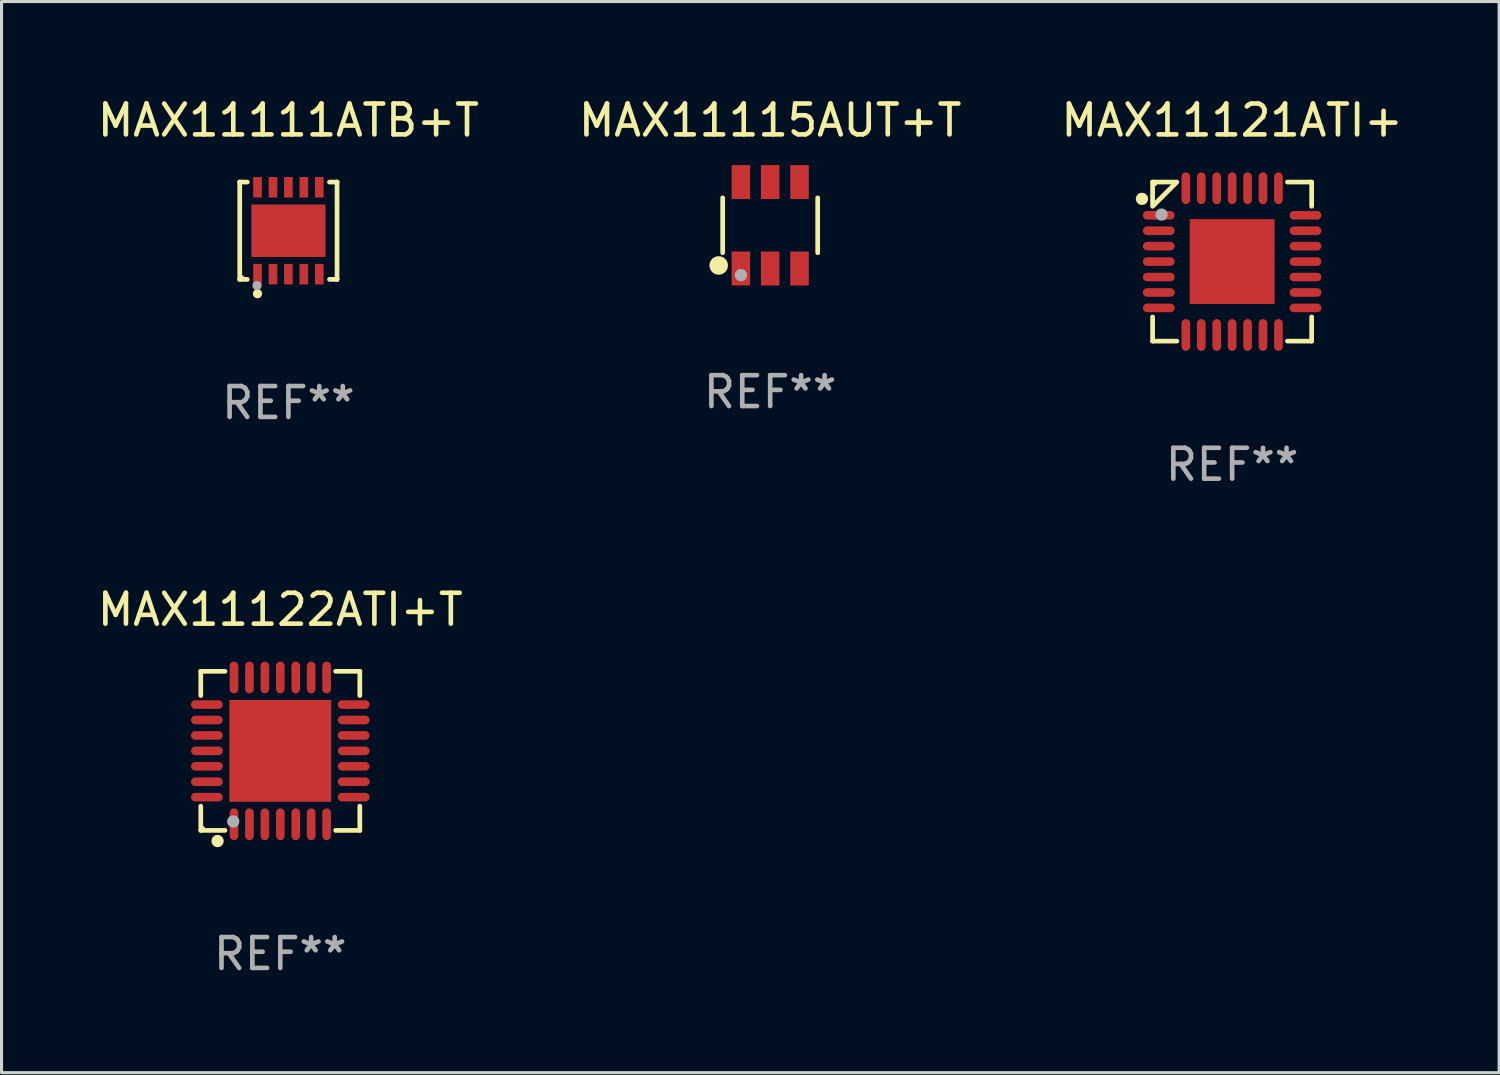
<source format=kicad_pcb>
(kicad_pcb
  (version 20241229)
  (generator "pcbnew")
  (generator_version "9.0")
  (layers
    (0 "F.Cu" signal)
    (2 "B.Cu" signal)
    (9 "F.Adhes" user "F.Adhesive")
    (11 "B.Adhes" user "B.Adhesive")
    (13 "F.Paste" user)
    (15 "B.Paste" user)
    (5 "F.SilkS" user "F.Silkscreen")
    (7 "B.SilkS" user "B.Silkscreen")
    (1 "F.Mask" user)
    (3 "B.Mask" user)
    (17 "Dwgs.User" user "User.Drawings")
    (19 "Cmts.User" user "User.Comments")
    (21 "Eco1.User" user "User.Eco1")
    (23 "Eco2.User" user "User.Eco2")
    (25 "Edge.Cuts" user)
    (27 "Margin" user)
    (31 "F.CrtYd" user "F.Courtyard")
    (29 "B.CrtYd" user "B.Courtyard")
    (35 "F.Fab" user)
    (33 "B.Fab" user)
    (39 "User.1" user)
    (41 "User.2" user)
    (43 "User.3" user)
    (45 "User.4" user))
  (footprint "MAX11121ATI+"
    (layer "F.Cu")
    (at 36.863 5.424)
    (property "Reference" "MAX11121ATI+" (at 0 -4.576 0) (layer "F.SilkS") (effects (font (size 1 1) (thickness 0.15))))
    (attr through_hole)
    (fp_line (start -2.576 -2.576) (end -1.792 -2.576) (stroke (width 0.152) (type solid)) (layer "F.SilkS"))
    (fp_line (start -2.576 -1.792) (end -2.576 -2.576) (stroke (width 0.152) (type solid)) (layer "F.SilkS"))
    (fp_line (start -2.576 1.792) (end -2.576 2.576) (stroke (width 0.152) (type solid)) (layer "F.SilkS"))
    (fp_line (start -2.576 2.576) (end -1.792 2.576) (stroke (width 0.152) (type solid)) (layer "F.SilkS"))
    (fp_line (start -1.819 -2.549) (end -2.549 -1.819) (stroke (width 0.152) (type solid)) (layer "F.SilkS"))
    (fp_line (start 2.576 -2.576) (end 1.792 -2.576) (stroke (width 0.152) (type solid)) (layer "F.SilkS"))
    (fp_line (start 2.576 -1.792) (end 2.576 -2.576) (stroke (width 0.152) (type solid)) (layer "F.SilkS"))
    (fp_line (start 2.576 1.792) (end 2.576 2.576) (stroke (width 0.152) (type solid)) (layer "F.SilkS"))
    (fp_line (start 2.576 2.576) (end 1.792 2.576) (stroke (width 0.152) (type solid)) (layer "F.SilkS"))
    (fp_circle (center -2.921 -2.032) (end -2.821 -2.032) (stroke (width 0.2) (type solid)) (fill no) (layer "F.SilkS"))
    (fp_circle (center -2.5 -2.5) (end -2.47 -2.5) (stroke (width 0.06) (type solid)) (fill no) (layer "F.SilkS"))
    (fp_circle (center -2.286 -1.524) (end -2.186 -1.524) (stroke (width 0.2) (type solid)) (fill no) (layer "F.Fab"))
    (fp_text user "REF**" (at 0 6.576 0) (layer "F.Fab") (effects (font (size 1 1) (thickness 0.15))))
    (pad "1" smd oval (at -2.377 -1.5) (size 1.03 0.28) (layers "F.Cu" "F.Mask" "F.Paste"))
    (pad "2" smd oval (at -2.377 -1) (size 1.03 0.28) (layers "F.Cu" "F.Mask" "F.Paste"))
    (pad "3" smd oval (at -2.377 -0.5) (size 1.03 0.28) (layers "F.Cu" "F.Mask" "F.Paste"))
    (pad "4" smd oval (at -2.377 0) (size 1.03 0.28) (layers "F.Cu" "F.Mask" "F.Paste"))
    (pad "5" smd oval (at -2.377 0.5) (size 1.03 0.28) (layers "F.Cu" "F.Mask" "F.Paste"))
    (pad "6" smd oval (at -2.377 1) (size 1.03 0.28) (layers "F.Cu" "F.Mask" "F.Paste"))
    (pad "7" smd oval (at -2.377 1.5) (size 1.03 0.28) (layers "F.Cu" "F.Mask" "F.Paste"))
    (pad "8" smd oval (at -1.5 2.377) (size 0.28 1.03) (layers "F.Cu" "F.Mask" "F.Paste"))
    (pad "9" smd oval (at -1 2.377) (size 0.28 1.03) (layers "F.Cu" "F.Mask" "F.Paste"))
    (pad "10" smd oval (at -0.5 2.377) (size 0.28 1.03) (layers "F.Cu" "F.Mask" "F.Paste"))
    (pad "11" smd oval (at 0 2.377) (size 0.28 1.03) (layers "F.Cu" "F.Mask" "F.Paste"))
    (pad "12" smd oval (at 0.5 2.377) (size 0.28 1.03) (layers "F.Cu" "F.Mask" "F.Paste"))
    (pad "13" smd oval (at 1 2.377) (size 0.28 1.03) (layers "F.Cu" "F.Mask" "F.Paste"))
    (pad "14" smd oval (at 1.5 2.377) (size 0.28 1.03) (layers "F.Cu" "F.Mask" "F.Paste"))
    (pad "15" smd oval (at 2.377 1.5) (size 1.03 0.28) (layers "F.Cu" "F.Mask" "F.Paste"))
    (pad "16" smd oval (at 2.377 1) (size 1.03 0.28) (layers "F.Cu" "F.Mask" "F.Paste"))
    (pad "17" smd oval (at 2.377 0.5) (size 1.03 0.28) (layers "F.Cu" "F.Mask" "F.Paste"))
    (pad "18" smd oval (at 2.377 0) (size 1.03 0.28) (layers "F.Cu" "F.Mask" "F.Paste"))
    (pad "19" smd oval (at 2.377 -0.5) (size 1.03 0.28) (layers "F.Cu" "F.Mask" "F.Paste"))
    (pad "20" smd oval (at 2.377 -1) (size 1.03 0.28) (layers "F.Cu" "F.Mask" "F.Paste"))
    (pad "21" smd oval (at 2.377 -1.5) (size 1.03 0.28) (layers "F.Cu" "F.Mask" "F.Paste"))
    (pad "22" smd oval (at 1.5 -2.377) (size 0.28 1.03) (layers "F.Cu" "F.Mask" "F.Paste"))
    (pad "23" smd oval (at 1 -2.377) (size 0.28 1.03) (layers "F.Cu" "F.Mask" "F.Paste"))
    (pad "24" smd oval (at 0.5 -2.377) (size 0.28 1.03) (layers "F.Cu" "F.Mask" "F.Paste"))
    (pad "25" smd oval (at 0 -2.377) (size 0.28 1.03) (layers "F.Cu" "F.Mask" "F.Paste"))
    (pad "26" smd oval (at -0.5 -2.377) (size 0.28 1.03) (layers "F.Cu" "F.Mask" "F.Paste"))
    (pad "27" smd oval (at -1 -2.377) (size 0.28 1.03) (layers "F.Cu" "F.Mask" "F.Paste"))
    (pad "28" smd oval (at -1.5 -2.377) (size 0.28 1.03) (layers "F.Cu" "F.Mask" "F.Paste"))
    (pad "29" smd rect (at 0 0) (size 2.75 2.75) (layers "F.Cu" "F.Mask" "F.Paste")))
  (footprint "MAX11115AUT+T"
    (layer "F.Cu")
    (at 21.899 4.248)
    (property "Reference" "MAX11115AUT+T" (at 0 -3.4 0) (layer "F.SilkS") (effects (font (size 1 1) (thickness 0.15))))
    (attr through_hole)
    (fp_line (start -1.539 0.889) (end -1.539 -0.889) (stroke (width 0.152) (type solid)) (layer "F.SilkS"))
    (fp_line (start 1.539 0.889) (end 1.539 -0.889) (stroke (width 0.152) (type solid)) (layer "F.SilkS"))
    (fp_circle (center -1.668 1.301) (end -1.518 1.301) (stroke (width 0.3) (type solid)) (fill no) (layer "F.SilkS"))
    (fp_circle (center -1.467 1.351) (end -1.437 1.351) (stroke (width 0.06) (type solid)) (fill no) (layer "F.SilkS"))
    (fp_circle (center -0.948 1.614) (end -0.848 1.614) (stroke (width 0.2) (type solid)) (fill no) (layer "F.Fab"))
    (fp_text user "REF**" (at 0 5.4 0) (layer "F.Fab") (effects (font (size 1 1) (thickness 0.15))))
    (pad "1" smd rect (at -0.95 1.4) (size 0.6 1.1) (layers "F.Cu" "F.Mask" "F.Paste"))
    (pad "2" smd rect (at 0 1.4) (size 0.6 1.1) (layers "F.Cu" "F.Mask" "F.Paste"))
    (pad "3" smd rect (at 0.95 1.4) (size 0.6 1.1) (layers "F.Cu" "F.Mask" "F.Paste"))
    (pad "4" smd rect (at 0.95 -1.4) (size 0.6 1.1) (layers "F.Cu" "F.Mask" "F.Paste"))
    (pad "5" smd rect (at 0 -1.4) (size 0.6 1.1) (layers "F.Cu" "F.Mask" "F.Paste"))
    (pad "6" smd rect (at -0.95 -1.4) (size 0.6 1.1) (layers "F.Cu" "F.Mask" "F.Paste")))
  (footprint "MAX11111ATB+T"
    (layer "F.Cu")
    (at 6.292 4.424)
    (property "Reference" "MAX11111ATB+T" (at 0 -3.576 0) (layer "F.SilkS") (effects (font (size 1 1) (thickness 0.15))))
    (attr through_hole)
    (fp_line (start -1.576 -1.576) (end -1.576 -1.576) (stroke (width 0.152) (type solid)) (layer "F.SilkS"))
    (fp_line (start -1.576 -1.576) (end -1.331 -1.576) (stroke (width 0.152) (type solid)) (layer "F.SilkS"))
    (fp_line (start -1.576 1.576) (end -1.576 -1.576) (stroke (width 0.152) (type solid)) (layer "F.SilkS"))
    (fp_line (start -1.576 1.576) (end -1.576 1.576) (stroke (width 0.152) (type solid)) (layer "F.SilkS"))
    (fp_line (start -1.331 1.576) (end -1.576 1.576) (stroke (width 0.152) (type solid)) (layer "F.SilkS"))
    (fp_line (start 1.331 1.576) (end 1.576 1.576) (stroke (width 0.152) (type solid)) (layer "F.SilkS"))
    (fp_line (start 1.576 -1.576) (end 1.331 -1.576) (stroke (width 0.152) (type solid)) (layer "F.SilkS"))
    (fp_line (start 1.576 -1.576) (end 1.576 -1.576) (stroke (width 0.152) (type solid)) (layer "F.SilkS"))
    (fp_line (start 1.576 1.576) (end 1.576 -1.576) (stroke (width 0.152) (type solid)) (layer "F.SilkS"))
    (fp_line (start 1.576 1.576) (end 1.576 1.576) (stroke (width 0.152) (type solid)) (layer "F.SilkS"))
    (fp_circle (center -1.5 1.5) (end -1.47 1.5) (stroke (width 0.06) (type solid)) (fill no) (layer "F.SilkS"))
    (fp_circle (center -1 2.04) (end -0.925 2.04) (stroke (width 0.15) (type solid)) (fill no) (layer "F.SilkS"))
    (fp_circle (center -1.016 1.778) (end -0.941 1.778) (stroke (width 0.15) (type solid)) (fill no) (layer "F.Fab"))
    (fp_text user "REF**" (at 0 5.576 0) (layer "F.Fab") (effects (font (size 1 1) (thickness 0.15))))
    (pad "1" smd rect (at -1 1.407) (size 0.28 0.665) (layers "F.Cu" "F.Mask" "F.Paste"))
    (pad "2" smd rect (at -0.5 1.407) (size 0.28 0.665) (layers "F.Cu" "F.Mask" "F.Paste"))
    (pad "3" smd rect (at 0 1.407) (size 0.28 0.665) (layers "F.Cu" "F.Mask" "F.Paste"))
    (pad "4" smd rect (at 0.5 1.407) (size 0.28 0.665) (layers "F.Cu" "F.Mask" "F.Paste"))
    (pad "5" smd rect (at 1 1.407) (size 0.28 0.665) (layers "F.Cu" "F.Mask" "F.Paste"))
    (pad "6" smd rect (at 1 -1.407) (size 0.28 0.665) (layers "F.Cu" "F.Mask" "F.Paste"))
    (pad "7" smd rect (at 0.5 -1.407) (size 0.28 0.665) (layers "F.Cu" "F.Mask" "F.Paste"))
    (pad "8" smd rect (at 0 -1.407) (size 0.28 0.665) (layers "F.Cu" "F.Mask" "F.Paste"))
    (pad "9" smd rect (at -0.5 -1.407) (size 0.28 0.665) (layers "F.Cu" "F.Mask" "F.Paste"))
    (pad "10" smd rect (at -1 -1.407) (size 0.28 0.665) (layers "F.Cu" "F.Mask" "F.Paste"))
    (pad "11" smd rect (at 0 0) (size 2.4 1.7) (layers "F.Cu" "F.Mask" "F.Paste")))
  (footprint "MAX11122ATI+T"
    (layer "F.Cu")
    (at 6.03 21.273)
    (property "Reference" "MAX11122ATI+T" (at 0 -4.576 0) (layer "F.SilkS") (effects (font (size 1 1) (thickness 0.15))))
    (attr through_hole)
    (fp_line (start -2.576 -2.576) (end -2.576 -1.792) (stroke (width 0.152) (type solid)) (layer "F.SilkS"))
    (fp_line (start -2.576 1.792) (end -2.576 2.576) (stroke (width 0.152) (type solid)) (layer "F.SilkS"))
    (fp_line (start -2.576 2.576) (end -1.792 2.576) (stroke (width 0.152) (type solid)) (layer "F.SilkS"))
    (fp_line (start -1.792 -2.576) (end -2.576 -2.576) (stroke (width 0.152) (type solid)) (layer "F.SilkS"))
    (fp_line (start 1.792 -2.576) (end 2.576 -2.576) (stroke (width 0.152) (type solid)) (layer "F.SilkS"))
    (fp_line (start 1.792 2.576) (end 2.576 2.576) (stroke (width 0.152) (type solid)) (layer "F.SilkS"))
    (fp_line (start 2.576 -2.576) (end 2.576 -1.792) (stroke (width 0.152) (type solid)) (layer "F.SilkS"))
    (fp_line (start 2.576 2.576) (end 2.576 1.792) (stroke (width 0.152) (type solid)) (layer "F.SilkS"))
    (fp_circle (center -2.5 2.5) (end -2.47 2.5) (stroke (width 0.06) (type solid)) (fill no) (layer "F.SilkS"))
    (fp_circle (center -2.032 2.921) (end -1.932 2.921) (stroke (width 0.2) (type solid)) (fill no) (layer "F.SilkS"))
    (fp_circle (center -1.524 2.286) (end -1.424 2.286) (stroke (width 0.2) (type solid)) (fill no) (layer "F.Fab"))
    (fp_text user "REF**" (at 0 6.576 0) (layer "F.Fab") (effects (font (size 1 1) (thickness 0.15))))
    (pad "1" smd oval (at -1.5 2.377 90) (size 1.03 0.28) (layers "F.Cu" "F.Mask" "F.Paste"))
    (pad "2" smd oval (at -1 2.377 90) (size 1.03 0.28) (layers "F.Cu" "F.Mask" "F.Paste"))
    (pad "3" smd oval (at -0.5 2.377 90) (size 1.03 0.28) (layers "F.Cu" "F.Mask" "F.Paste"))
    (pad "4" smd oval (at -0.000051 2.377 90) (size 1.03 0.28) (layers "F.Cu" "F.Mask" "F.Paste"))
    (pad "5" smd oval (at 0.5 2.377 90) (size 1.03 0.28) (layers "F.Cu" "F.Mask" "F.Paste"))
    (pad "6" smd oval (at 1 2.377 90) (size 1.03 0.28) (layers "F.Cu" "F.Mask" "F.Paste"))
    (pad "7" smd oval (at 1.5 2.377 90) (size 1.03 0.28) (layers "F.Cu" "F.Mask" "F.Paste"))
    (pad "8" smd oval (at 2.377 1.5 90) (size 0.28 1.03) (layers "F.Cu" "F.Mask" "F.Paste"))
    (pad "9" smd oval (at 2.377 1 90) (size 0.28 1.03) (layers "F.Cu" "F.Mask" "F.Paste"))
    (pad "10" smd oval (at 2.377 0.5 90) (size 0.28 1.03) (layers "F.Cu" "F.Mask" "F.Paste"))
    (pad "11" smd oval (at 2.377 -0.000051 90) (size 0.28 1.03) (layers "F.Cu" "F.Mask" "F.Paste"))
    (pad "12" smd oval (at 2.377 -0.5 90) (size 0.28 1.03) (layers "F.Cu" "F.Mask" "F.Paste"))
    (pad "13" smd oval (at 2.377 -1 90) (size 0.28 1.03) (layers "F.Cu" "F.Mask" "F.Paste"))
    (pad "14" smd oval (at 2.377 -1.5 90) (size 0.28 1.03) (layers "F.Cu" "F.Mask" "F.Paste"))
    (pad "15" smd oval (at 1.5 -2.377 90) (size 1.03 0.28) (layers "F.Cu" "F.Mask" "F.Paste"))
    (pad "16" smd oval (at 1 -2.377 90) (size 1.03 0.28) (layers "F.Cu" "F.Mask" "F.Paste"))
    (pad "17" smd oval (at 0.5 -2.377 90) (size 1.03 0.28) (layers "F.Cu" "F.Mask" "F.Paste"))
    (pad "18" smd oval (at -0.000051 -2.377 90) (size 1.03 0.28) (layers "F.Cu" "F.Mask" "F.Paste"))
    (pad "19" smd oval (at -0.5 -2.377 90) (size 1.03 0.28) (layers "F.Cu" "F.Mask" "F.Paste"))
    (pad "20" smd oval (at -1 -2.377 90) (size 1.03 0.28) (layers "F.Cu" "F.Mask" "F.Paste"))
    (pad "21" smd oval (at -1.5 -2.377 90) (size 1.03 0.28) (layers "F.Cu" "F.Mask" "F.Paste"))
    (pad "22" smd oval (at -2.377 -1.5 90) (size 0.28 1.03) (layers "F.Cu" "F.Mask" "F.Paste"))
    (pad "23" smd oval (at -2.377 -1 90) (size 0.28 1.03) (layers "F.Cu" "F.Mask" "F.Paste"))
    (pad "24" smd oval (at -2.377 -0.5 90) (size 0.28 1.03) (layers "F.Cu" "F.Mask" "F.Paste"))
    (pad "25" smd oval (at -2.377 -0.000051 90) (size 0.28 1.03) (layers "F.Cu" "F.Mask" "F.Paste"))
    (pad "26" smd oval (at -2.377 0.5 90) (size 0.28 1.03) (layers "F.Cu" "F.Mask" "F.Paste"))
    (pad "27" smd oval (at -2.377 1 90) (size 0.28 1.03) (layers "F.Cu" "F.Mask" "F.Paste"))
    (pad "28" smd oval (at -2.377 1.5 90) (size 0.28 1.03) (layers "F.Cu" "F.Mask" "F.Paste"))
    (pad "29" smd rect (at -0.000051 -0.000051 90) (size 3.3 3.3) (layers "F.Cu" "F.Mask" "F.Paste")))
  (gr_rect
    (start -3 -3)
    (end 45.512 31.698)
    (stroke (width 0.1) (type default))
    (fill no)
    (layer "Edge.Cuts")))
</source>
